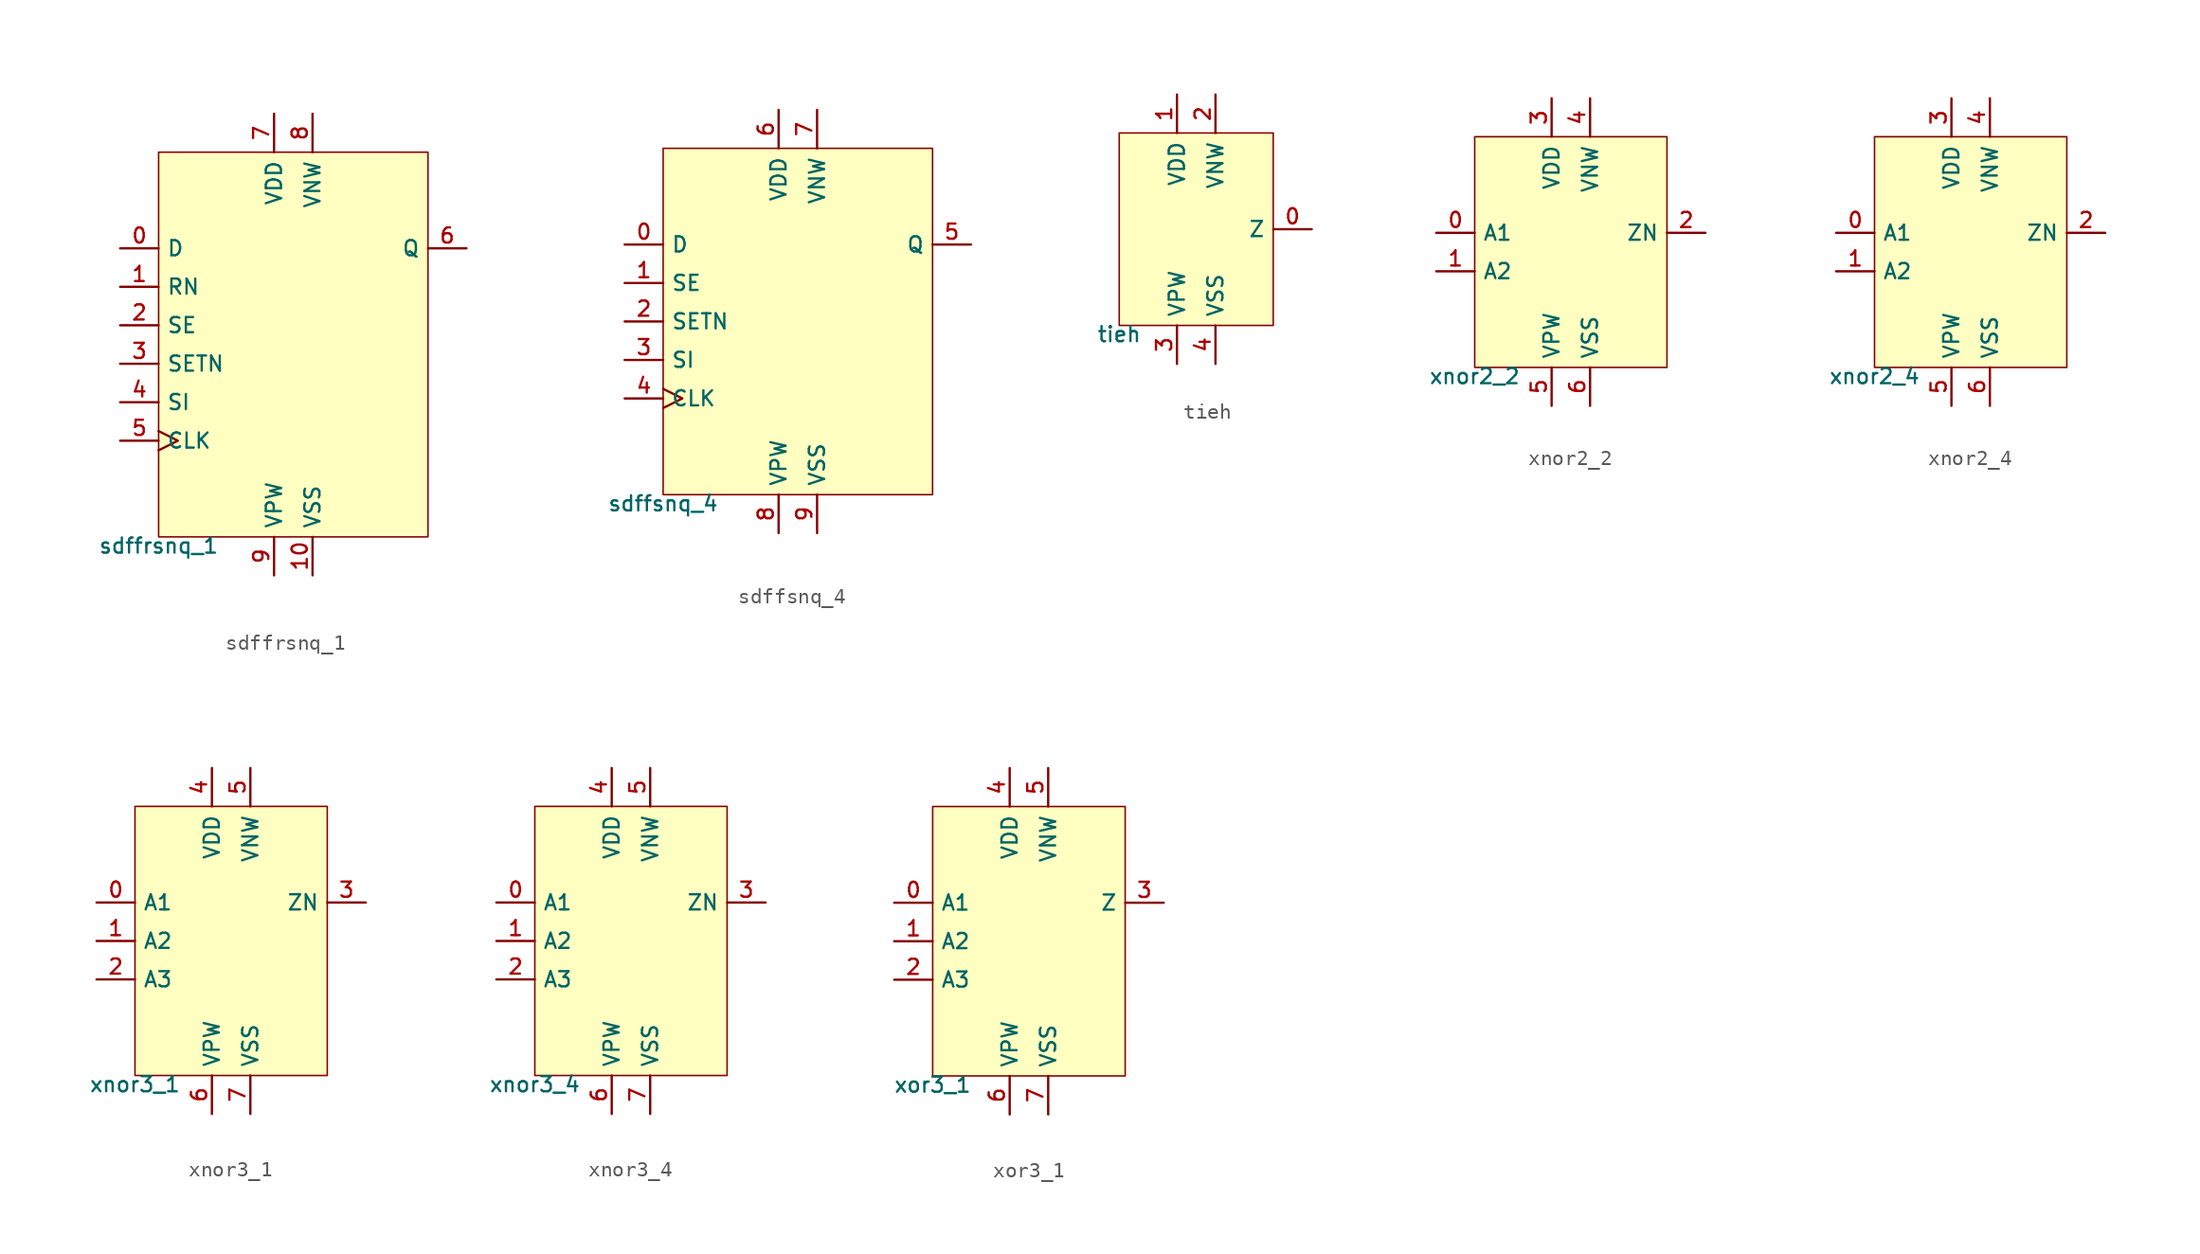
<source format=kicad_sym>
(kicad_symbol_lib
  (version 20211014)
  (generator pdk2kicad)
  (symbol "sdffrsnq_1"
    (property "Reference" "X"
      (at 0 0 0)
      (effects (font (size 1 1)) hide))
    (property "Value" "sdffrsnq_1"
      (at -8.89 -12.7 0)
      (effects (font (size 1 1)) (justify top)))
    (rectangle
      (start -8.89 -12.7)
      (end 8.89 12.7)
      (stroke (width 0.1) (type solid) (color 0 0 0 0))
      (fill (type background)))
    (pin input line
      (at -11.43 6.35 0)
      (length 2.54)
      (name "D" (effects (font (size 1 1)) hide))
      (number "0" (effects (font (size 1 1)) hide)))
    (pin input line
      (at -11.43 3.81 0)
      (length 2.54)
      (name "RN" (effects (font (size 1 1)) hide))
      (number "1" (effects (font (size 1 1)) hide)))
    (pin input line
      (at -11.43 1.27 0)
      (length 2.54)
      (name "SE" (effects (font (size 1 1)) hide))
      (number "2" (effects (font (size 1 1)) hide)))
    (pin input line
      (at -11.43 -1.27 0)
      (length 2.54)
      (name "SETN" (effects (font (size 1 1)) hide))
      (number "3" (effects (font (size 1 1)) hide)))
    (pin input line
      (at -11.43 -3.81 0)
      (length 2.54)
      (name "SI" (effects (font (size 1 1)) hide))
      (number "4" (effects (font (size 1 1)) hide)))
    (pin input clock
      (at -11.43 -6.35 0)
      (length 2.54)
      (name "CLK" (effects (font (size 1 1)) hide))
      (number "5" (effects (font (size 1 1)) hide)))
    (pin output line
      (at 11.43 6.35 180)
      (length 2.54)
      (name "Q" (effects (font (size 1 1)) hide))
      (number "6" (effects (font (size 1 1)) hide)))
    (pin power_in line
      (at -1.27 15.24 270)
      (length 2.54)
      (name "VDD" (effects (font (size 1 1)) hide))
      (number "7" (effects (font (size 1 1)) hide)))
    (pin power_in line
      (at 1.27 15.24 270)
      (length 2.54)
      (name "VNW" (effects (font (size 1 1)) hide))
      (number "8" (effects (font (size 1 1)) hide)))
    (pin power_in line
      (at -1.27 -15.24 90)
      (length 2.54)
      (name "VPW" (effects (font (size 1 1)) hide))
      (number "9" (effects (font (size 1 1)) hide)))
    (pin power_in line
      (at 1.27 -15.24 90)
      (length 2.54)
      (name "VSS" (effects (font (size 1 1)) hide))
      (number "10" (effects (font (size 1 1)) hide))))
  (symbol "sdffsnq_4"
    (property "Reference" "X"
      (at 0 0 0)
      (effects (font (size 1 1)) hide))
    (property "Value" "sdffsnq_4"
      (at -8.89 -11.43 0)
      (effects (font (size 1 1)) (justify top)))
    (rectangle
      (start -8.89 -11.43)
      (end 8.89 11.43)
      (stroke (width 0.1) (type solid) (color 0 0 0 0))
      (fill (type background)))
    (pin input line
      (at -11.43 5.08 0)
      (length 2.54)
      (name "D" (effects (font (size 1 1)) hide))
      (number "0" (effects (font (size 1 1)) hide)))
    (pin input line
      (at -11.43 2.54 0)
      (length 2.54)
      (name "SE" (effects (font (size 1 1)) hide))
      (number "1" (effects (font (size 1 1)) hide)))
    (pin input line
      (at -11.43 -4.440892098500626e-16 0)
      (length 2.54)
      (name "SETN" (effects (font (size 1 1)) hide))
      (number "2" (effects (font (size 1 1)) hide)))
    (pin input line
      (at -11.43 -2.54 0)
      (length 2.54)
      (name "SI" (effects (font (size 1 1)) hide))
      (number "3" (effects (font (size 1 1)) hide)))
    (pin input clock
      (at -11.43 -5.08 0)
      (length 2.54)
      (name "CLK" (effects (font (size 1 1)) hide))
      (number "4" (effects (font (size 1 1)) hide)))
    (pin output line
      (at 11.43 5.08 180)
      (length 2.54)
      (name "Q" (effects (font (size 1 1)) hide))
      (number "5" (effects (font (size 1 1)) hide)))
    (pin power_in line
      (at -1.27 13.97 270)
      (length 2.54)
      (name "VDD" (effects (font (size 1 1)) hide))
      (number "6" (effects (font (size 1 1)) hide)))
    (pin power_in line
      (at 1.27 13.97 270)
      (length 2.54)
      (name "VNW" (effects (font (size 1 1)) hide))
      (number "7" (effects (font (size 1 1)) hide)))
    (pin power_in line
      (at -1.27 -13.97 90)
      (length 2.54)
      (name "VPW" (effects (font (size 1 1)) hide))
      (number "8" (effects (font (size 1 1)) hide)))
    (pin power_in line
      (at 1.27 -13.97 90)
      (length 2.54)
      (name "VSS" (effects (font (size 1 1)) hide))
      (number "9" (effects (font (size 1 1)) hide))))
  (symbol "tieh"
    (property "Reference" "X"
      (at 0 0 0)
      (effects (font (size 1 1)) hide))
    (property "Value" "tieh"
      (at -5.08 -6.35 0)
      (effects (font (size 1 1)) (justify top)))
    (rectangle
      (start -5.08 -6.35)
      (end 5.08 6.35)
      (stroke (width 0.1) (type solid) (color 0 0 0 0))
      (fill (type background)))
    (pin output line
      (at 7.62 -4.440892098500626e-16 180)
      (length 2.54)
      (name "Z" (effects (font (size 1 1)) hide))
      (number "0" (effects (font (size 1 1)) hide)))
    (pin power_in line
      (at -1.27 8.89 270)
      (length 2.54)
      (name "VDD" (effects (font (size 1 1)) hide))
      (number "1" (effects (font (size 1 1)) hide)))
    (pin power_in line
      (at 1.27 8.89 270)
      (length 2.54)
      (name "VNW" (effects (font (size 1 1)) hide))
      (number "2" (effects (font (size 1 1)) hide)))
    (pin power_in line
      (at -1.27 -8.89 90)
      (length 2.54)
      (name "VPW" (effects (font (size 1 1)) hide))
      (number "3" (effects (font (size 1 1)) hide)))
    (pin power_in line
      (at 1.27 -8.89 90)
      (length 2.54)
      (name "VSS" (effects (font (size 1 1)) hide))
      (number "4" (effects (font (size 1 1)) hide))))
  (symbol "xnor2_2"
    (property "Reference" "X"
      (at 0 0 0)
      (effects (font (size 1 1)) hide))
    (property "Value" "xnor2_2"
      (at -6.35 -7.62 0)
      (effects (font (size 1 1)) (justify top)))
    (rectangle
      (start -6.35 -7.62)
      (end 6.35 7.62)
      (stroke (width 0.1) (type solid) (color 0 0 0 0))
      (fill (type background)))
    (pin input line
      (at -8.89 1.27 0)
      (length 2.54)
      (name "A1" (effects (font (size 1 1)) hide))
      (number "0" (effects (font (size 1 1)) hide)))
    (pin input line
      (at -8.89 -1.27 0)
      (length 2.54)
      (name "A2" (effects (font (size 1 1)) hide))
      (number "1" (effects (font (size 1 1)) hide)))
    (pin output line
      (at 8.89 1.27 180)
      (length 2.54)
      (name "ZN" (effects (font (size 1 1)) hide))
      (number "2" (effects (font (size 1 1)) hide)))
    (pin power_in line
      (at -1.27 10.16 270)
      (length 2.54)
      (name "VDD" (effects (font (size 1 1)) hide))
      (number "3" (effects (font (size 1 1)) hide)))
    (pin power_in line
      (at 1.27 10.16 270)
      (length 2.54)
      (name "VNW" (effects (font (size 1 1)) hide))
      (number "4" (effects (font (size 1 1)) hide)))
    (pin power_in line
      (at -1.27 -10.16 90)
      (length 2.54)
      (name "VPW" (effects (font (size 1 1)) hide))
      (number "5" (effects (font (size 1 1)) hide)))
    (pin power_in line
      (at 1.27 -10.16 90)
      (length 2.54)
      (name "VSS" (effects (font (size 1 1)) hide))
      (number "6" (effects (font (size 1 1)) hide))))
  (symbol "xnor2_4"
    (property "Reference" "X"
      (at 0 0 0)
      (effects (font (size 1 1)) hide))
    (property "Value" "xnor2_4"
      (at -6.35 -7.62 0)
      (effects (font (size 1 1)) (justify top)))
    (rectangle
      (start -6.35 -7.62)
      (end 6.35 7.62)
      (stroke (width 0.1) (type solid) (color 0 0 0 0))
      (fill (type background)))
    (pin input line
      (at -8.89 1.27 0)
      (length 2.54)
      (name "A1" (effects (font (size 1 1)) hide))
      (number "0" (effects (font (size 1 1)) hide)))
    (pin input line
      (at -8.89 -1.27 0)
      (length 2.54)
      (name "A2" (effects (font (size 1 1)) hide))
      (number "1" (effects (font (size 1 1)) hide)))
    (pin output line
      (at 8.89 1.27 180)
      (length 2.54)
      (name "ZN" (effects (font (size 1 1)) hide))
      (number "2" (effects (font (size 1 1)) hide)))
    (pin power_in line
      (at -1.27 10.16 270)
      (length 2.54)
      (name "VDD" (effects (font (size 1 1)) hide))
      (number "3" (effects (font (size 1 1)) hide)))
    (pin power_in line
      (at 1.27 10.16 270)
      (length 2.54)
      (name "VNW" (effects (font (size 1 1)) hide))
      (number "4" (effects (font (size 1 1)) hide)))
    (pin power_in line
      (at -1.27 -10.16 90)
      (length 2.54)
      (name "VPW" (effects (font (size 1 1)) hide))
      (number "5" (effects (font (size 1 1)) hide)))
    (pin power_in line
      (at 1.27 -10.16 90)
      (length 2.54)
      (name "VSS" (effects (font (size 1 1)) hide))
      (number "6" (effects (font (size 1 1)) hide))))
  (symbol "xnor3_1"
    (property "Reference" "X"
      (at 0 0 0)
      (effects (font (size 1 1)) hide))
    (property "Value" "xnor3_1"
      (at -6.35 -8.89 0)
      (effects (font (size 1 1)) (justify top)))
    (rectangle
      (start -6.35 -8.89)
      (end 6.35 8.89)
      (stroke (width 0.1) (type solid) (color 0 0 0 0))
      (fill (type background)))
    (pin input line
      (at -8.89 2.54 0)
      (length 2.54)
      (name "A1" (effects (font (size 1 1)) hide))
      (number "0" (effects (font (size 1 1)) hide)))
    (pin input line
      (at -8.89 4.440892098500626e-16 0)
      (length 2.54)
      (name "A2" (effects (font (size 1 1)) hide))
      (number "1" (effects (font (size 1 1)) hide)))
    (pin input line
      (at -8.89 -2.54 0)
      (length 2.54)
      (name "A3" (effects (font (size 1 1)) hide))
      (number "2" (effects (font (size 1 1)) hide)))
    (pin output line
      (at 8.89 2.54 180)
      (length 2.54)
      (name "ZN" (effects (font (size 1 1)) hide))
      (number "3" (effects (font (size 1 1)) hide)))
    (pin power_in line
      (at -1.27 11.43 270)
      (length 2.54)
      (name "VDD" (effects (font (size 1 1)) hide))
      (number "4" (effects (font (size 1 1)) hide)))
    (pin power_in line
      (at 1.27 11.43 270)
      (length 2.54)
      (name "VNW" (effects (font (size 1 1)) hide))
      (number "5" (effects (font (size 1 1)) hide)))
    (pin power_in line
      (at -1.27 -11.43 90)
      (length 2.54)
      (name "VPW" (effects (font (size 1 1)) hide))
      (number "6" (effects (font (size 1 1)) hide)))
    (pin power_in line
      (at 1.27 -11.43 90)
      (length 2.54)
      (name "VSS" (effects (font (size 1 1)) hide))
      (number "7" (effects (font (size 1 1)) hide))))
  (symbol "xnor3_4"
    (property "Reference" "X"
      (at 0 0 0)
      (effects (font (size 1 1)) hide))
    (property "Value" "xnor3_4"
      (at -6.35 -8.89 0)
      (effects (font (size 1 1)) (justify top)))
    (rectangle
      (start -6.35 -8.89)
      (end 6.35 8.89)
      (stroke (width 0.1) (type solid) (color 0 0 0 0))
      (fill (type background)))
    (pin input line
      (at -8.89 2.54 0)
      (length 2.54)
      (name "A1" (effects (font (size 1 1)) hide))
      (number "0" (effects (font (size 1 1)) hide)))
    (pin input line
      (at -8.89 4.440892098500626e-16 0)
      (length 2.54)
      (name "A2" (effects (font (size 1 1)) hide))
      (number "1" (effects (font (size 1 1)) hide)))
    (pin input line
      (at -8.89 -2.54 0)
      (length 2.54)
      (name "A3" (effects (font (size 1 1)) hide))
      (number "2" (effects (font (size 1 1)) hide)))
    (pin output line
      (at 8.89 2.54 180)
      (length 2.54)
      (name "ZN" (effects (font (size 1 1)) hide))
      (number "3" (effects (font (size 1 1)) hide)))
    (pin power_in line
      (at -1.27 11.43 270)
      (length 2.54)
      (name "VDD" (effects (font (size 1 1)) hide))
      (number "4" (effects (font (size 1 1)) hide)))
    (pin power_in line
      (at 1.27 11.43 270)
      (length 2.54)
      (name "VNW" (effects (font (size 1 1)) hide))
      (number "5" (effects (font (size 1 1)) hide)))
    (pin power_in line
      (at -1.27 -11.43 90)
      (length 2.54)
      (name "VPW" (effects (font (size 1 1)) hide))
      (number "6" (effects (font (size 1 1)) hide)))
    (pin power_in line
      (at 1.27 -11.43 90)
      (length 2.54)
      (name "VSS" (effects (font (size 1 1)) hide))
      (number "7" (effects (font (size 1 1)) hide))))
  (symbol "xor3_1"
    (property "Reference" "X"
      (at 0 0 0)
      (effects (font (size 1 1)) hide))
    (property "Value" "xor3_1"
      (at -6.35 -8.89 0)
      (effects (font (size 1 1)) (justify top)))
    (rectangle
      (start -6.35 -8.89)
      (end 6.35 8.89)
      (stroke (width 0.1) (type solid) (color 0 0 0 0))
      (fill (type background)))
    (pin input line
      (at -8.89 2.54 0)
      (length 2.54)
      (name "A1" (effects (font (size 1 1)) hide))
      (number "0" (effects (font (size 1 1)) hide)))
    (pin input line
      (at -8.89 4.440892098500626e-16 0)
      (length 2.54)
      (name "A2" (effects (font (size 1 1)) hide))
      (number "1" (effects (font (size 1 1)) hide)))
    (pin input line
      (at -8.89 -2.54 0)
      (length 2.54)
      (name "A3" (effects (font (size 1 1)) hide))
      (number "2" (effects (font (size 1 1)) hide)))
    (pin output line
      (at 8.89 2.54 180)
      (length 2.54)
      (name "Z" (effects (font (size 1 1)) hide))
      (number "3" (effects (font (size 1 1)) hide)))
    (pin power_in line
      (at -1.27 11.43 270)
      (length 2.54)
      (name "VDD" (effects (font (size 1 1)) hide))
      (number "4" (effects (font (size 1 1)) hide)))
    (pin power_in line
      (at 1.27 11.43 270)
      (length 2.54)
      (name "VNW" (effects (font (size 1 1)) hide))
      (number "5" (effects (font (size 1 1)) hide)))
    (pin power_in line
      (at -1.27 -11.43 90)
      (length 2.54)
      (name "VPW" (effects (font (size 1 1)) hide))
      (number "6" (effects (font (size 1 1)) hide)))
    (pin power_in line
      (at 1.27 -11.43 90)
      (length 2.54)
      (name "VSS" (effects (font (size 1 1)) hide))
      (number "7" (effects (font (size 1 1)) hide)))))
</source>
